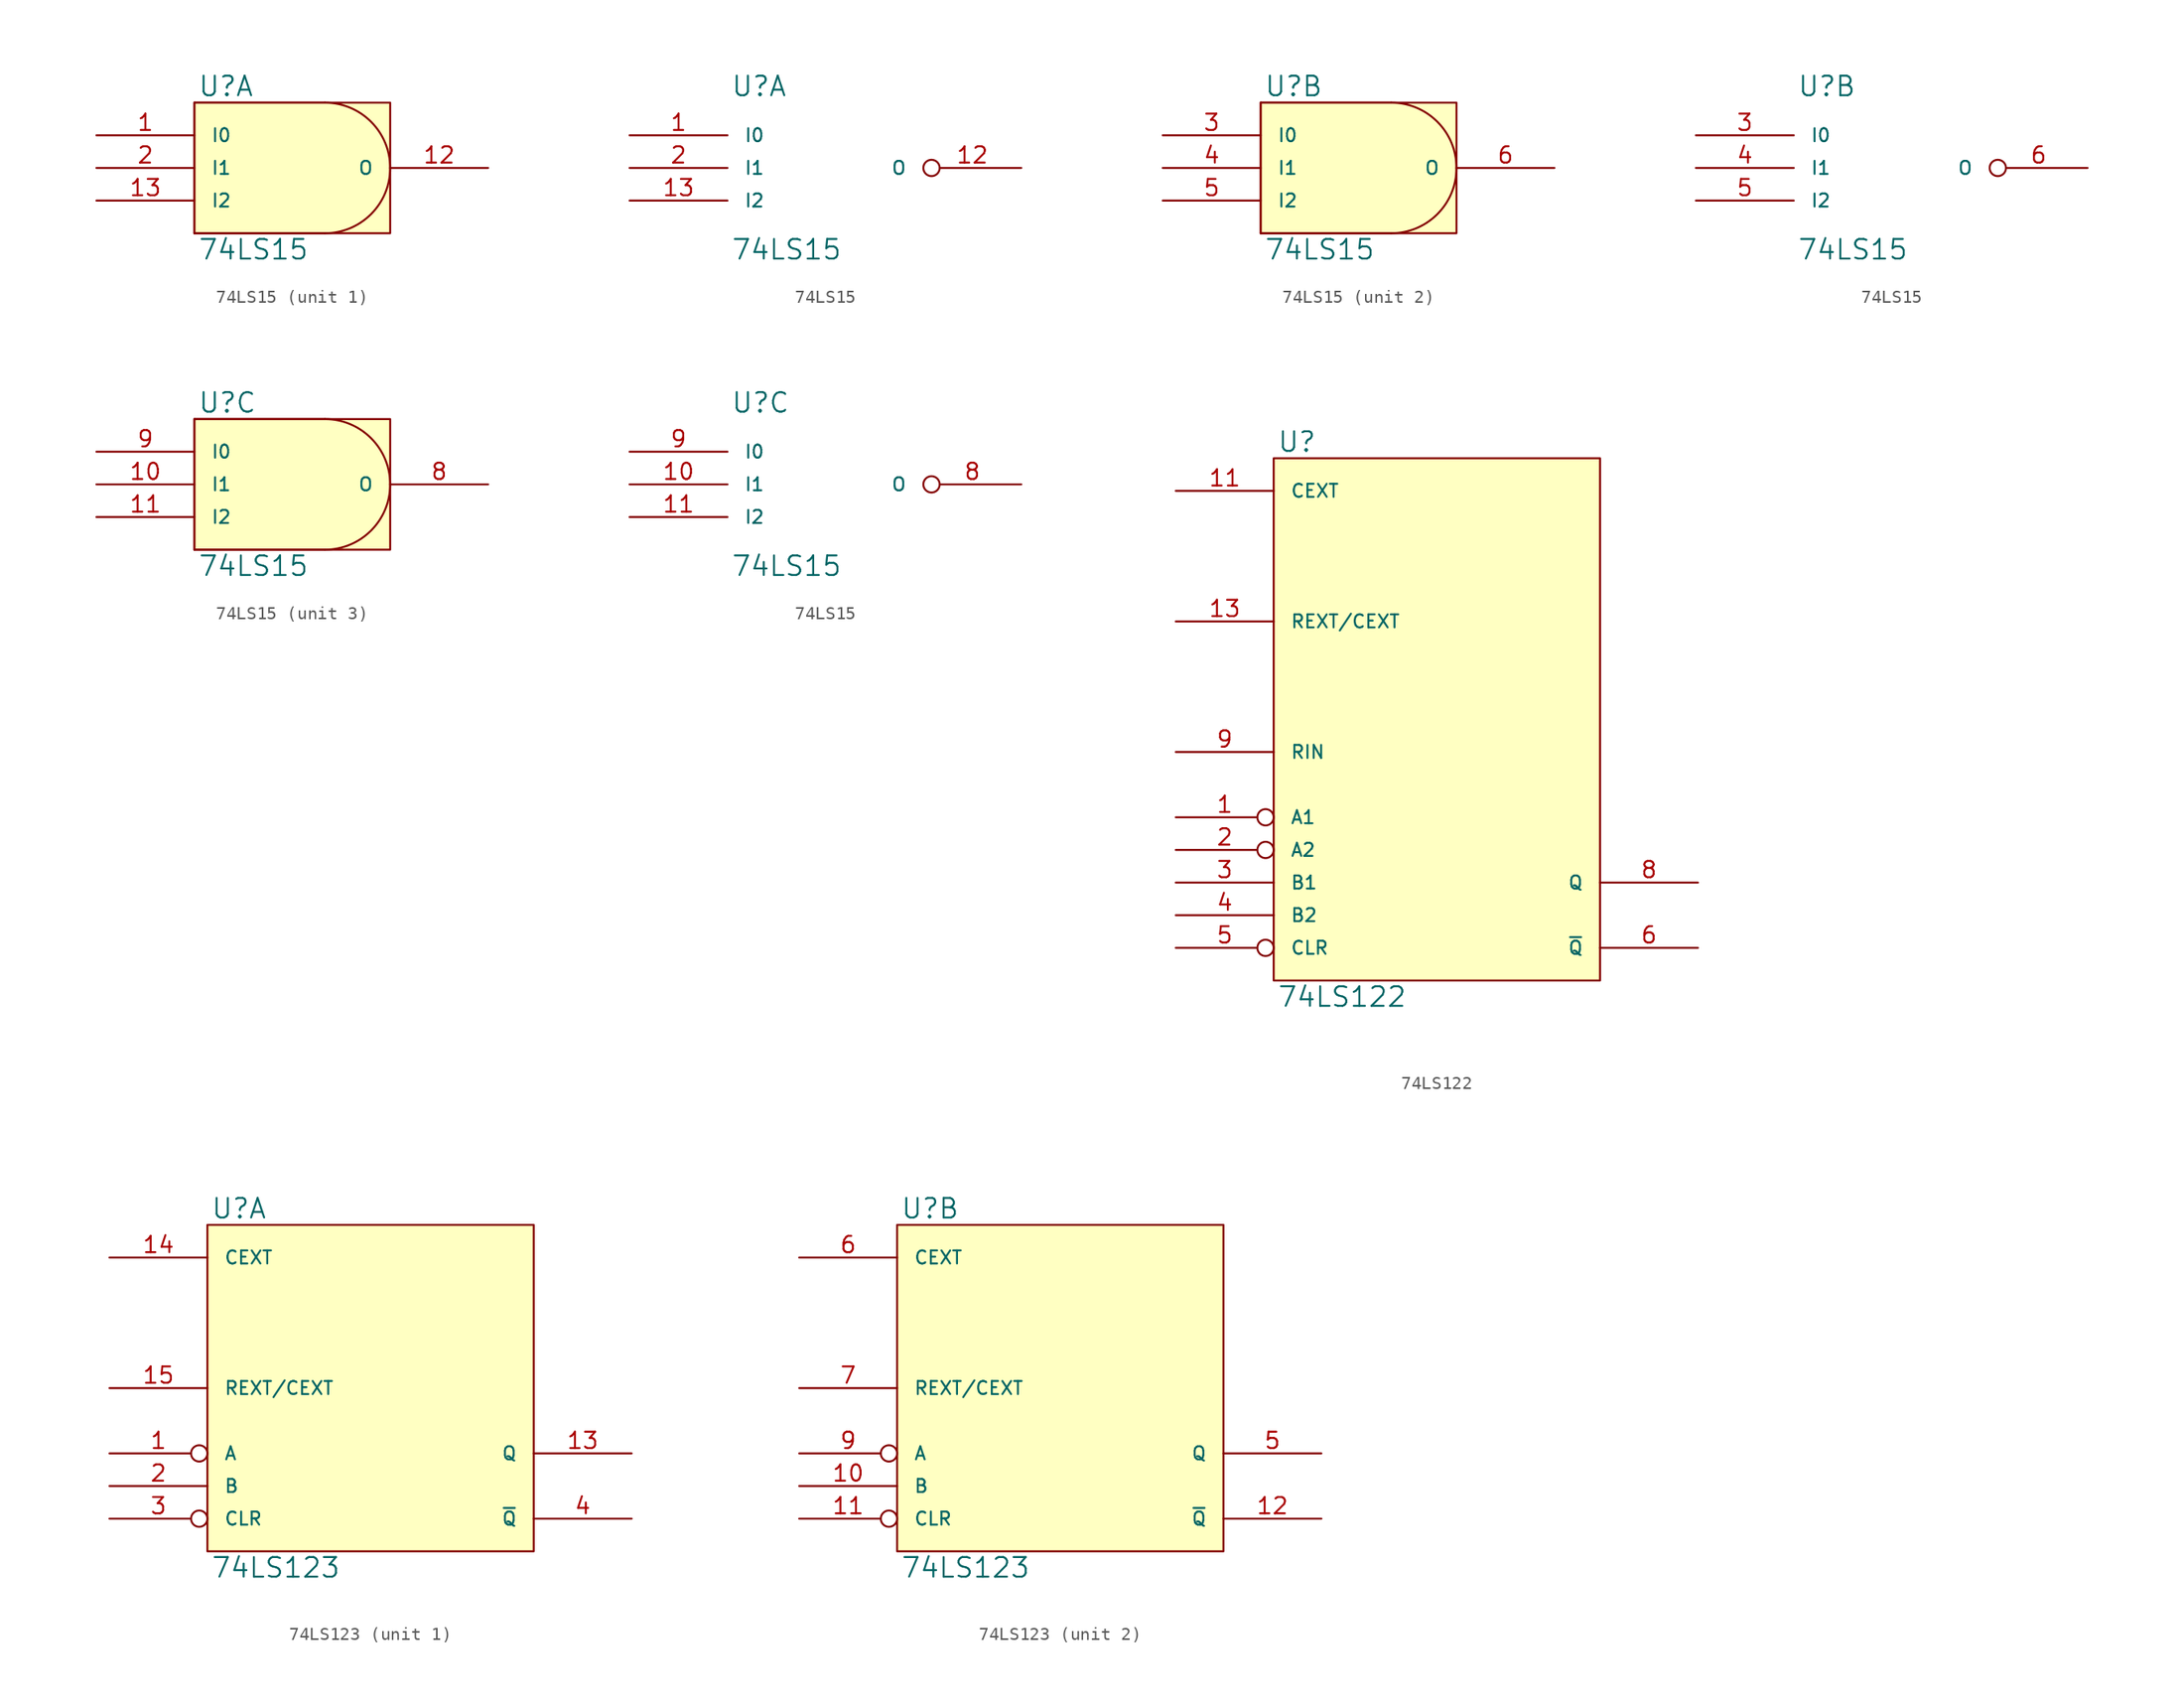
<source format=kicad_sym>
(kicad_symbol_lib
  (version 20231120)
  (generator "kicad_symbol_editor")
  (generator_version "8.0")
  (symbol "74LS15"
    (pin_names
      (offset 1.27))
    (property "Reference" "U"
      (at 0.254 0.381 0)
      (effects (font (size 1.524 1.524)) (justify left bottom)))
    (property "Value" "74LS15"
      (at 0.254 -10.541 0)
      (effects (font (size 1.524 1.524)) (justify left top)))
    (symbol "74LS15_0_1"
      (polyline (pts (xy 0 -10.16) (xy 10.16 -10.16)) (stroke (width 0) (type solid)) (fill (type none)))
      (polyline (pts (xy 0 0) (xy 0 -10.16)) (stroke (width 0) (type solid)) (fill (type none)))
      (polyline (pts (xy 10.16 0) (xy 0 0)) (stroke (width 0) (type solid)) (fill (type none)))
      (rectangle (start 0 0) (end 15.24 -10.16) (stroke (width 0) (type solid)) (fill (type background)))
      (arc (start 10.16 -10.16) (mid 13.7521 -8.6721) (end 15.24 -5.08) (stroke (width 0) (type solid)) (fill (type none)))
      (arc (start 15.24 -5.08) (mid 13.7521 -1.4879) (end 10.16 0) (stroke (width 0) (type solid)) (fill (type none))))
    (symbol "74LS15_1_1"
      (pin input line (at -7.62 -2.54 0) (length 7.62) (name "I0" (effects (font (size 1.016 1.016)))) (number "1" (effects (font (size 1.27 1.27)))))
      (pin open_collector line (at 22.86 -5.08 180) (length 7.62) (name "O" (effects (font (size 1.016 1.016)))) (number "12" (effects (font (size 1.27 1.27)))))
      (pin input line (at -7.62 -7.62 0) (length 7.62) (name "I2" (effects (font (size 1.016 1.016)))) (number "13" (effects (font (size 1.27 1.27)))))
      (pin power_in line (at 0 0 270) (length 0) hide (name "VCC" (effects (font (size 1.016 1.016)))) (number "14" (effects (font (size 1.27 1.27)))))
      (pin input line (at -7.62 -5.08 0) (length 7.62) (name "I1" (effects (font (size 1.016 1.016)))) (number "2" (effects (font (size 1.27 1.27)))))
      (pin power_in line (at 0 -10.16 90) (length 0) hide (name "GND" (effects (font (size 1.016 1.016)))) (number "7" (effects (font (size 1.27 1.27))))))
    (symbol "74LS15_1_2"
      (pin input line (at -7.62 -2.54 0) (length 7.62) (name "I0" (effects (font (size 1.016 1.016)))) (number "1" (effects (font (size 1.27 1.27)))))
      (pin open_collector inverted (at 22.86 -5.08 180) (length 7.62) (name "O" (effects (font (size 1.016 1.016)))) (number "12" (effects (font (size 1.27 1.27)))))
      (pin input line (at -7.62 -7.62 0) (length 7.62) (name "I2" (effects (font (size 1.016 1.016)))) (number "13" (effects (font (size 1.27 1.27)))))
      (pin power_in line (at 0 0 270) (length 0) hide (name "VCC" (effects (font (size 1.016 1.016)))) (number "14" (effects (font (size 1.27 1.27)))))
      (pin input line (at -7.62 -5.08 0) (length 7.62) (name "I1" (effects (font (size 1.016 1.016)))) (number "2" (effects (font (size 1.27 1.27)))))
      (pin power_in line (at 0 -10.16 90) (length 0) hide (name "GND" (effects (font (size 1.016 1.016)))) (number "7" (effects (font (size 1.27 1.27))))))
    (symbol "74LS15_2_1"
      (pin power_in line (at 0 0 270) (length 0) hide (name "VCC" (effects (font (size 1.016 1.016)))) (number "14" (effects (font (size 1.27 1.27)))))
      (pin input line (at -7.62 -2.54 0) (length 7.62) (name "I0" (effects (font (size 1.016 1.016)))) (number "3" (effects (font (size 1.27 1.27)))))
      (pin input line (at -7.62 -5.08 0) (length 7.62) (name "I1" (effects (font (size 1.016 1.016)))) (number "4" (effects (font (size 1.27 1.27)))))
      (pin input line (at -7.62 -7.62 0) (length 7.62) (name "I2" (effects (font (size 1.016 1.016)))) (number "5" (effects (font (size 1.27 1.27)))))
      (pin open_collector line (at 22.86 -5.08 180) (length 7.62) (name "O" (effects (font (size 1.016 1.016)))) (number "6" (effects (font (size 1.27 1.27)))))
      (pin power_in line (at 0 -10.16 90) (length 0) hide (name "GND" (effects (font (size 1.016 1.016)))) (number "7" (effects (font (size 1.27 1.27))))))
    (symbol "74LS15_2_2"
      (pin power_in line (at 0 0 270) (length 0) hide (name "VCC" (effects (font (size 1.016 1.016)))) (number "14" (effects (font (size 1.27 1.27)))))
      (pin input line (at -7.62 -2.54 0) (length 7.62) (name "I0" (effects (font (size 1.016 1.016)))) (number "3" (effects (font (size 1.27 1.27)))))
      (pin input line (at -7.62 -5.08 0) (length 7.62) (name "I1" (effects (font (size 1.016 1.016)))) (number "4" (effects (font (size 1.27 1.27)))))
      (pin input line (at -7.62 -7.62 0) (length 7.62) (name "I2" (effects (font (size 1.016 1.016)))) (number "5" (effects (font (size 1.27 1.27)))))
      (pin open_collector inverted (at 22.86 -5.08 180) (length 7.62) (name "O" (effects (font (size 1.016 1.016)))) (number "6" (effects (font (size 1.27 1.27)))))
      (pin power_in line (at 0 -10.16 90) (length 0) hide (name "GND" (effects (font (size 1.016 1.016)))) (number "7" (effects (font (size 1.27 1.27))))))
    (symbol "74LS15_3_1"
      (pin input line (at -7.62 -5.08 0) (length 7.62) (name "I1" (effects (font (size 1.016 1.016)))) (number "10" (effects (font (size 1.27 1.27)))))
      (pin input line (at -7.62 -7.62 0) (length 7.62) (name "I2" (effects (font (size 1.016 1.016)))) (number "11" (effects (font (size 1.27 1.27)))))
      (pin power_in line (at 0 0 270) (length 0) hide (name "VCC" (effects (font (size 1.016 1.016)))) (number "14" (effects (font (size 1.27 1.27)))))
      (pin power_in line (at 0 -10.16 90) (length 0) hide (name "GND" (effects (font (size 1.016 1.016)))) (number "7" (effects (font (size 1.27 1.27)))))
      (pin open_collector line (at 22.86 -5.08 180) (length 7.62) (name "O" (effects (font (size 1.016 1.016)))) (number "8" (effects (font (size 1.27 1.27)))))
      (pin input line (at -7.62 -2.54 0) (length 7.62) (name "I0" (effects (font (size 1.016 1.016)))) (number "9" (effects (font (size 1.27 1.27))))))
    (symbol "74LS15_3_2"
      (pin input line (at -7.62 -5.08 0) (length 7.62) (name "I1" (effects (font (size 1.016 1.016)))) (number "10" (effects (font (size 1.27 1.27)))))
      (pin input line (at -7.62 -7.62 0) (length 7.62) (name "I2" (effects (font (size 1.016 1.016)))) (number "11" (effects (font (size 1.27 1.27)))))
      (pin power_in line (at 0 0 270) (length 0) hide (name "VCC" (effects (font (size 1.016 1.016)))) (number "14" (effects (font (size 1.27 1.27)))))
      (pin power_in line (at 0 -10.16 90) (length 0) hide (name "GND" (effects (font (size 1.016 1.016)))) (number "7" (effects (font (size 1.27 1.27)))))
      (pin open_collector inverted (at 22.86 -5.08 180) (length 7.62) (name "O" (effects (font (size 1.016 1.016)))) (number "8" (effects (font (size 1.27 1.27)))))
      (pin input line (at -7.62 -2.54 0) (length 7.62) (name "I0" (effects (font (size 1.016 1.016)))) (number "9" (effects (font (size 1.27 1.27)))))))
  (symbol "74LS122"
    (pin_names
      (offset 1.27))
    (property "Reference" "U"
      (at 0.254 0.381 0)
      (effects (font (size 1.524 1.524)) (justify left bottom)))
    (property "Value" "74LS122"
      (at 0.254 -41.021 0)
      (effects (font (size 1.524 1.524)) (justify left top)))
    (symbol "74LS122_0_1"
      (rectangle (start 0 0) (end 25.4 -40.64) (stroke (width 0) (type solid)) (fill (type background))))
    (symbol "74LS122_1_1"
      (pin input inverted (at -7.62 -27.94 0) (length 7.62) (name "A1" (effects (font (size 1.016 1.016)))) (number "1" (effects (font (size 1.27 1.27)))))
      (pin input line (at -7.62 -2.54 0) (length 7.62) (name "CEXT" (effects (font (size 1.016 1.016)))) (number "11" (effects (font (size 1.27 1.27)))))
      (pin input line (at -7.62 -12.7 0) (length 7.62) (name "REXT/CEXT" (effects (font (size 1.016 1.016)))) (number "13" (effects (font (size 1.27 1.27)))))
      (pin power_in line (at 0 0 270) (length 0) hide (name "VCC" (effects (font (size 1.016 1.016)))) (number "14" (effects (font (size 1.27 1.27)))))
      (pin input inverted (at -7.62 -30.48 0) (length 7.62) (name "A2" (effects (font (size 1.016 1.016)))) (number "2" (effects (font (size 1.27 1.27)))))
      (pin input line (at -7.62 -33.02 0) (length 7.62) (name "B1" (effects (font (size 1.016 1.016)))) (number "3" (effects (font (size 1.27 1.27)))))
      (pin input line (at -7.62 -35.56 0) (length 7.62) (name "B2" (effects (font (size 1.016 1.016)))) (number "4" (effects (font (size 1.27 1.27)))))
      (pin input inverted (at -7.62 -38.1 0) (length 7.62) (name "CLR" (effects (font (size 1.016 1.016)))) (number "5" (effects (font (size 1.27 1.27)))))
      (pin output line (at 33.02 -38.1 180) (length 7.62) (name "~{Q}" (effects (font (size 1.016 1.016)))) (number "6" (effects (font (size 1.27 1.27)))))
      (pin power_in line (at 0 -40.64 90) (length 0) hide (name "GND" (effects (font (size 1.016 1.016)))) (number "7" (effects (font (size 1.27 1.27)))))
      (pin output line (at 33.02 -33.02 180) (length 7.62) (name "Q" (effects (font (size 1.016 1.016)))) (number "8" (effects (font (size 1.27 1.27)))))
      (pin input line (at -7.62 -22.86 0) (length 7.62) (name "RIN" (effects (font (size 1.016 1.016)))) (number "9" (effects (font (size 1.27 1.27)))))))
  (symbol "74LS123"
    (pin_names
      (offset 1.27))
    (property "Reference" "U"
      (at 0.254 0.381 0)
      (effects (font (size 1.524 1.524)) (justify left bottom)))
    (property "Value" "74LS123"
      (at 0.254 -25.781 0)
      (effects (font (size 1.524 1.524)) (justify left top)))
    (symbol "74LS123_0_1"
      (rectangle (start 0 0) (end 25.4 -25.4) (stroke (width 0) (type solid)) (fill (type background))))
    (symbol "74LS123_1_1"
      (pin input inverted (at -7.62 -17.78 0) (length 7.62) (name "A" (effects (font (size 1.016 1.016)))) (number "1" (effects (font (size 1.27 1.27)))))
      (pin output line (at 33.02 -17.78 180) (length 7.62) (name "Q" (effects (font (size 1.016 1.016)))) (number "13" (effects (font (size 1.27 1.27)))))
      (pin input line (at -7.62 -2.54 0) (length 7.62) (name "CEXT" (effects (font (size 1.016 1.016)))) (number "14" (effects (font (size 1.27 1.27)))))
      (pin input line (at -7.62 -12.7 0) (length 7.62) (name "REXT/CEXT" (effects (font (size 1.016 1.016)))) (number "15" (effects (font (size 1.27 1.27)))))
      (pin power_in line (at 0 0 270) (length 0) hide (name "VCC" (effects (font (size 1.016 1.016)))) (number "16" (effects (font (size 1.27 1.27)))))
      (pin input line (at -7.62 -20.32 0) (length 7.62) (name "B" (effects (font (size 1.016 1.016)))) (number "2" (effects (font (size 1.27 1.27)))))
      (pin input inverted (at -7.62 -22.86 0) (length 7.62) (name "CLR" (effects (font (size 1.016 1.016)))) (number "3" (effects (font (size 1.27 1.27)))))
      (pin output line (at 33.02 -22.86 180) (length 7.62) (name "~{Q}" (effects (font (size 1.016 1.016)))) (number "4" (effects (font (size 1.27 1.27)))))
      (pin power_in line (at 0 -25.4 90) (length 0) hide (name "GND" (effects (font (size 1.016 1.016)))) (number "8" (effects (font (size 1.27 1.27))))))
    (symbol "74LS123_2_1"
      (pin input line (at -7.62 -20.32 0) (length 7.62) (name "B" (effects (font (size 1.016 1.016)))) (number "10" (effects (font (size 1.27 1.27)))))
      (pin input inverted (at -7.62 -22.86 0) (length 7.62) (name "CLR" (effects (font (size 1.016 1.016)))) (number "11" (effects (font (size 1.27 1.27)))))
      (pin output line (at 33.02 -22.86 180) (length 7.62) (name "~{Q}" (effects (font (size 1.016 1.016)))) (number "12" (effects (font (size 1.27 1.27)))))
      (pin power_in line (at 0 0 270) (length 0) hide (name "VCC" (effects (font (size 1.016 1.016)))) (number "16" (effects (font (size 1.27 1.27)))))
      (pin output line (at 33.02 -17.78 180) (length 7.62) (name "Q" (effects (font (size 1.016 1.016)))) (number "5" (effects (font (size 1.27 1.27)))))
      (pin input line (at -7.62 -2.54 0) (length 7.62) (name "CEXT" (effects (font (size 1.016 1.016)))) (number "6" (effects (font (size 1.27 1.27)))))
      (pin input line (at -7.62 -12.7 0) (length 7.62) (name "REXT/CEXT" (effects (font (size 1.016 1.016)))) (number "7" (effects (font (size 1.27 1.27)))))
      (pin power_in line (at 0 -25.4 90) (length 0) hide (name "GND" (effects (font (size 1.016 1.016)))) (number "8" (effects (font (size 1.27 1.27)))))
      (pin input inverted (at -7.62 -17.78 0) (length 7.62) (name "A" (effects (font (size 1.016 1.016)))) (number "9" (effects (font (size 1.27 1.27))))))))
</source>
